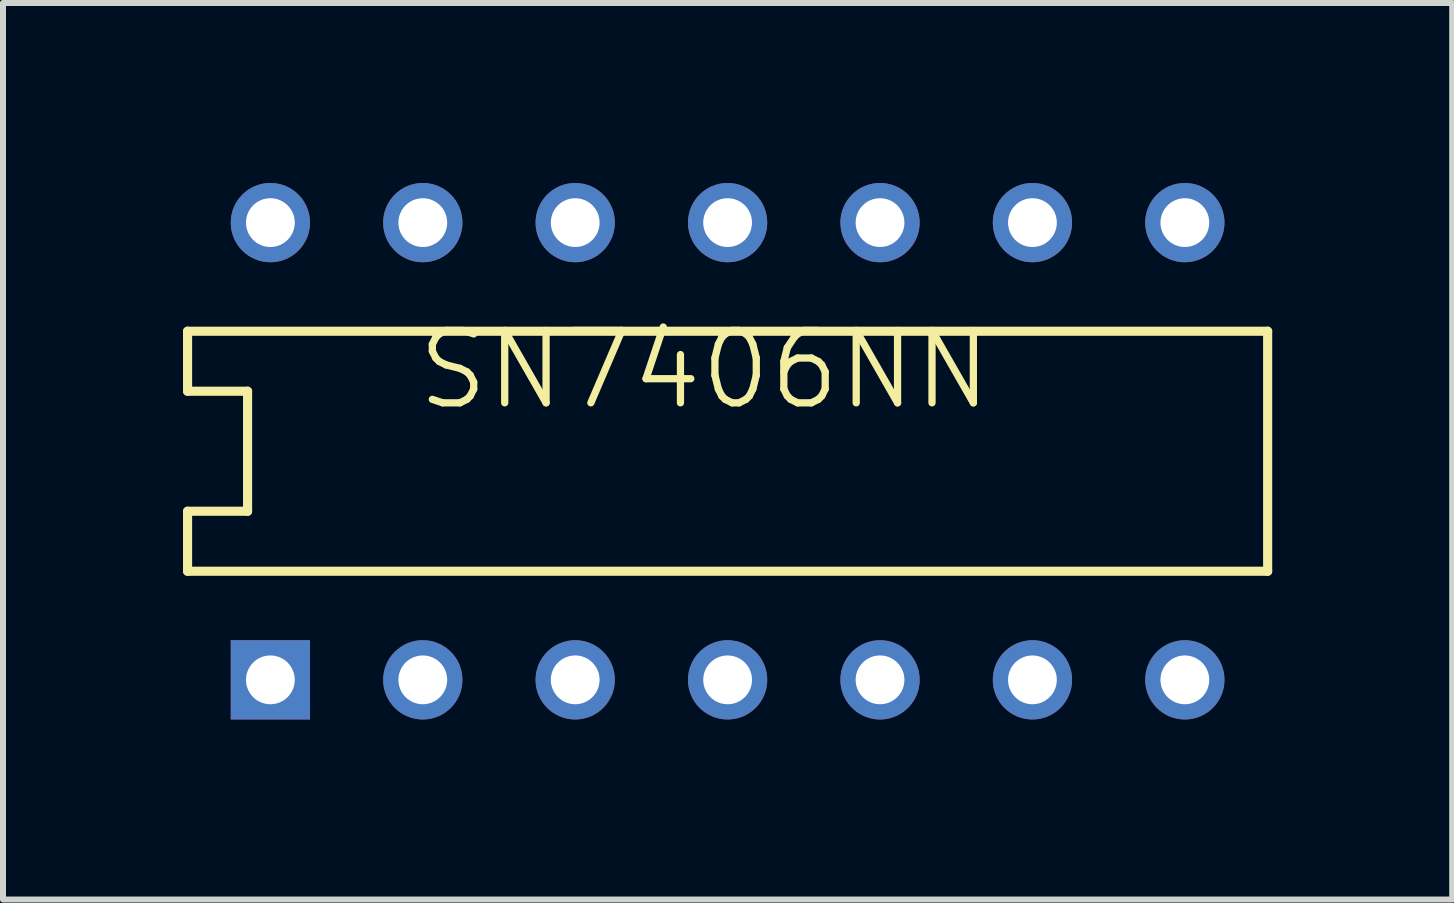
<source format=kicad_pcb>
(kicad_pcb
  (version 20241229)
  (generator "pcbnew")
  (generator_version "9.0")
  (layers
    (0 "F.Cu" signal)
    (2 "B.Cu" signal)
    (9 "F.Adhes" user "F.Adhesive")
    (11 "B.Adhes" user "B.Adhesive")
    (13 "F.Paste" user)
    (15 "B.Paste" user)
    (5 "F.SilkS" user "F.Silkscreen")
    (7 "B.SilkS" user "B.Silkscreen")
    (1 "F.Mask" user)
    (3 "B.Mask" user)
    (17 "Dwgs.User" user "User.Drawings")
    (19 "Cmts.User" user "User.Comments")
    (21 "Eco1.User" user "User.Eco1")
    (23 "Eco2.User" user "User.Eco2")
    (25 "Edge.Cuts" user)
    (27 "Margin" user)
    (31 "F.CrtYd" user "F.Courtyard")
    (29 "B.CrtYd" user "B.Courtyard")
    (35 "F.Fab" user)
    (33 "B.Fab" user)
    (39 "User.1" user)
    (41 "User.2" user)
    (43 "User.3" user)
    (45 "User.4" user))
  (footprint "SN7406NN"
    (layer "F.Cu")
    (at 1.456 8.28)
    (property "Reference" "SN7406NN" (at 2.39 -4.463 180) (layer "F.SilkS") (effects (font (size 1.206 1.206) (thickness 0.121)) (justify left bottom)))
    (attr through_hole)
    (fp_line (start -1.38 -5.81) (end -1.38 -4.81) (stroke (width 0.152) (type solid)) (layer "F.SilkS"))
    (fp_line (start -1.38 -4.81) (end -0.38 -4.81) (stroke (width 0.152) (type solid)) (layer "F.SilkS"))
    (fp_line (start -1.38 -2.81) (end -0.38 -2.81) (stroke (width 0.152) (type solid)) (layer "F.SilkS"))
    (fp_line (start -1.38 -1.81) (end -1.38 -2.81) (stroke (width 0.152) (type solid)) (layer "F.SilkS"))
    (fp_line (start -1.38 -1.81) (end 16.62 -1.81) (stroke (width 0.152) (type solid)) (layer "F.SilkS"))
    (fp_line (start -0.38 -2.81) (end -0.38 -4.81) (stroke (width 0.152) (type solid)) (layer "F.SilkS"))
    (fp_line (start 16.62 -5.81) (end -1.38 -5.81) (stroke (width 0.152) (type solid)) (layer "F.SilkS"))
    (fp_line (start 16.62 -5.81) (end 16.62 -1.81) (stroke (width 0.152) (type solid)) (layer "F.SilkS"))
    (pad "1" thru_hole rect (at 0 0 90) (size 1.321 1.321) (drill 0.813) (layers "*.Cu" "*.Mask"))
    (pad "2" thru_hole circle (at 2.54 0 90) (size 1.321 1.321) (drill 0.813) (layers "*.Cu" "*.Mask"))
    (pad "3" thru_hole circle (at 5.08 0 90) (size 1.321 1.321) (drill 0.813) (layers "*.Cu" "*.Mask"))
    (pad "4" thru_hole circle (at 7.62 0 90) (size 1.321 1.321) (drill 0.813) (layers "*.Cu" "*.Mask"))
    (pad "5" thru_hole circle (at 10.16 0 90) (size 1.321 1.321) (drill 0.813) (layers "*.Cu" "*.Mask"))
    (pad "6" thru_hole circle (at 12.7 0 90) (size 1.321 1.321) (drill 0.813) (layers "*.Cu" "*.Mask"))
    (pad "7" thru_hole circle (at 15.24 0 90) (size 1.321 1.321) (drill 0.813) (layers "*.Cu" "*.Mask"))
    (pad "8" thru_hole circle (at 15.24 -7.62 90) (size 1.321 1.321) (drill 0.813) (layers "*.Cu" "*.Mask"))
    (pad "9" thru_hole circle (at 12.7 -7.62 90) (size 1.321 1.321) (drill 0.813) (layers "*.Cu" "*.Mask"))
    (pad "10" thru_hole circle (at 10.16 -7.62 90) (size 1.321 1.321) (drill 0.813) (layers "*.Cu" "*.Mask"))
    (pad "11" thru_hole circle (at 7.62 -7.62 90) (size 1.321 1.321) (drill 0.813) (layers "*.Cu" "*.Mask"))
    (pad "12" thru_hole circle (at 5.08 -7.62 90) (size 1.321 1.321) (drill 0.813) (layers "*.Cu" "*.Mask"))
    (pad "13" thru_hole circle (at 2.54 -7.62 90) (size 1.321 1.321) (drill 0.813) (layers "*.Cu" "*.Mask"))
    (pad "14" thru_hole circle (at 0 -7.62 90) (size 1.321 1.321) (drill 0.813) (layers "*.Cu" "*.Mask")))
  (gr_rect
    (start -3 -3)
    (end 21.152 11.941)
    (stroke (width 0.1) (type default))
    (fill no)
    (layer "Edge.Cuts")))
</source>
